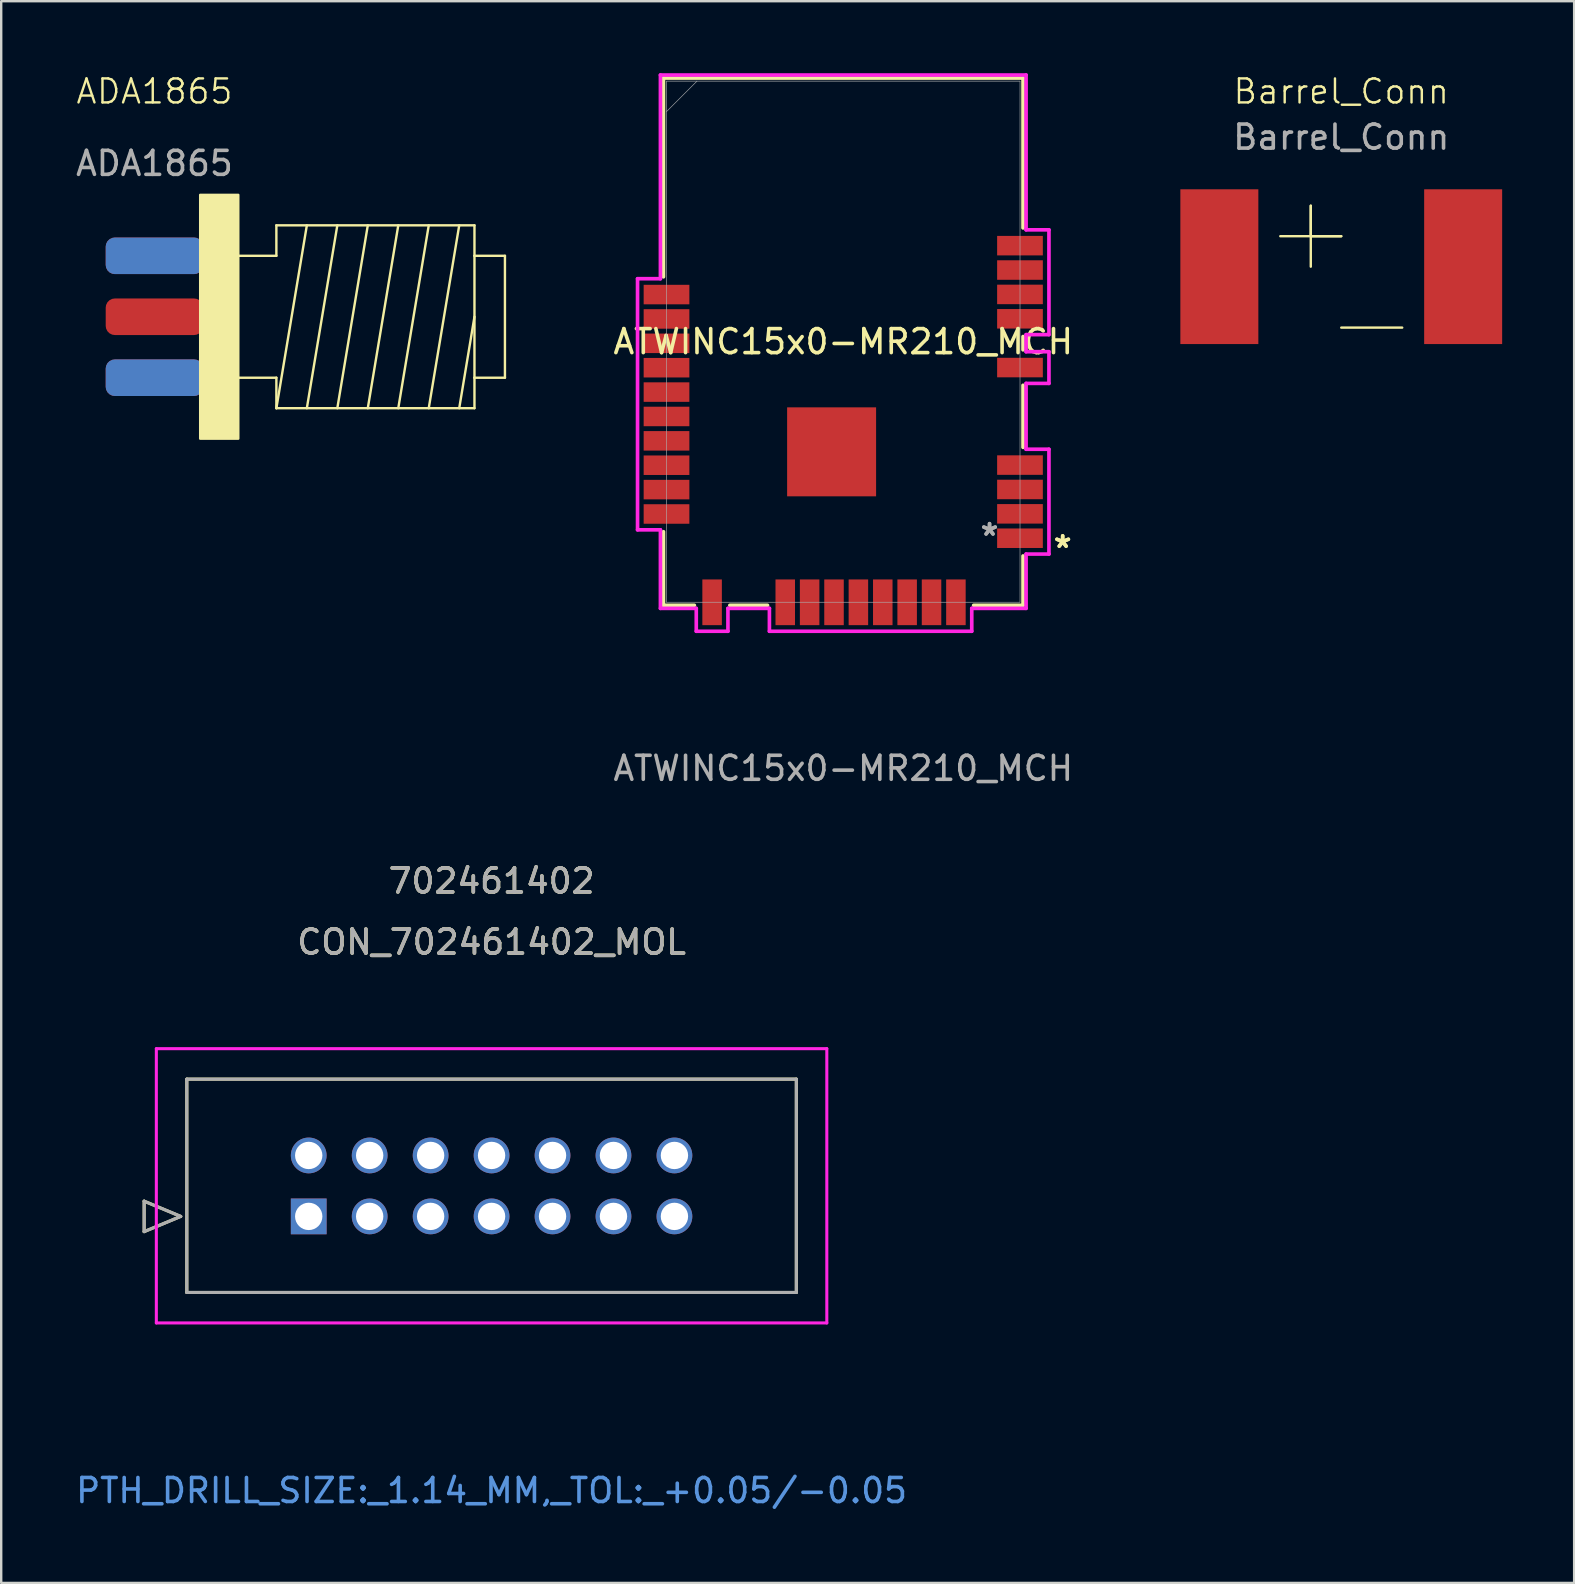
<source format=kicad_pcb>
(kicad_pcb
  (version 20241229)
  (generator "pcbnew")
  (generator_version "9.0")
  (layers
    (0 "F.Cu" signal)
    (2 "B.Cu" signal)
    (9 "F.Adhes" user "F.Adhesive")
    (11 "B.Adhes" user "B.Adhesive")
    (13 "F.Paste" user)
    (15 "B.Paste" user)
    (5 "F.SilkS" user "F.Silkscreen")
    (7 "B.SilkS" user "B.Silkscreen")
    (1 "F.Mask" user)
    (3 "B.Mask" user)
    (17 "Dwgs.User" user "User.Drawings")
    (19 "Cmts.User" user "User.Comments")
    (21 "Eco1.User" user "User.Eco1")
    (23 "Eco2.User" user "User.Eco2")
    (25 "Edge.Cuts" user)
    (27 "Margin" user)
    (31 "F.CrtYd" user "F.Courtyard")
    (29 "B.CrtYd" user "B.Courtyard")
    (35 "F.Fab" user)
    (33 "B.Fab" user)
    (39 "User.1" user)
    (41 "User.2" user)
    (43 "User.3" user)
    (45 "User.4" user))
  (footprint "Barrel_Conn"
    (layer "F.Cu")
    (at 52.843 11.238)
    (property "Reference" "Barrel_Conn" (at 0 -10.477 0) (unlocked yes) (layer "F.SilkS") (effects (font (size 1 1) (thickness 0.1))))
    (attr smd)
    (fp_line (start -2.54 -4.445) (end 0 -4.445) (stroke (width 0.1) (type default)) (layer "F.SilkS"))
    (fp_line (start -1.27 -5.715) (end -1.27 -3.175) (stroke (width 0.1) (type default)) (layer "F.SilkS"))
    (fp_line (start -1.27 -4.445) (end -1.27 -5.715) (stroke (width 0.1) (type default)) (layer "F.SilkS"))
    (fp_line (start 0 -4.445) (end -1.27 -4.445) (stroke (width 0.1) (type default)) (layer "F.SilkS"))
    (fp_line (start 0 -0.635) (end 2.54 -0.635) (stroke (width 0.1) (type default)) (layer "F.SilkS"))
    (fp_text user "${REFERENCE}" (at 0 -8.572 0) (unlocked yes) (layer "F.Fab") (effects (font (size 1 1) (thickness 0.15))))
    (pad "1" smd rect (at -5.08 -3.175 270) (size 6.45 3.25) (layers "F.Cu" "F.Mask" "F.Paste"))
    (pad "2" smd rect (at 5.08 -3.175 270) (size 6.45 3.25) (layers "F.Cu" "F.Mask" "F.Paste")))
  (footprint "ATWINC15x0-MR210_MCH"
    (layer "F.Cu")
    (at 32.09 11.189)
    (property "Reference" "ATWINC15x0-MR210_MCH" (at 0 0 0) (unlocked yes) (layer "F.SilkS") (effects (font (size 1 1) (thickness 0.15))))
    (attr smd)
    (fp_line (start -7.492 -10.986) (end 7.492 -10.986) (stroke (width 0.152) (type solid)) (layer "F.SilkS"))
    (fp_line (start -7.492 -2.703) (end -7.492 -10.986) (stroke (width 0.152) (type solid)) (layer "F.SilkS"))
    (fp_line (start -7.492 10.986) (end -7.492 7.919) (stroke (width 0.152) (type solid)) (layer "F.SilkS"))
    (fp_line (start -6.204 10.986) (end -7.492 10.986) (stroke (width 0.152) (type solid)) (layer "F.SilkS"))
    (fp_line (start -3.156 10.986) (end -4.726 10.986) (stroke (width 0.152) (type solid)) (layer "F.SilkS"))
    (fp_line (start 7.492 -10.986) (end 7.492 -4.741) (stroke (width 0.152) (type solid)) (layer "F.SilkS"))
    (fp_line (start 7.492 -0.215) (end 7.492 0.339) (stroke (width 0.152) (type solid)) (layer "F.SilkS"))
    (fp_line (start 7.492 1.817) (end 7.492 4.403) (stroke (width 0.152) (type solid)) (layer "F.SilkS"))
    (fp_line (start 7.492 8.929) (end 7.492 10.986) (stroke (width 0.152) (type solid)) (layer "F.SilkS"))
    (fp_line (start 7.492 10.986) (end 5.434 10.986) (stroke (width 0.152) (type solid)) (layer "F.SilkS"))
    (fp_poly (pts (xy -2.239 2.836) (xy -2.239 4.49) (xy -0.585 4.49) (xy -0.585 2.836)) (stroke (width 0) (type solid)) (fill yes) (layer "F.Paste"))
    (fp_poly (pts (xy -2.239 4.69) (xy -2.239 6.344) (xy -0.585 6.344) (xy -0.585 4.69)) (stroke (width 0) (type solid)) (fill yes) (layer "F.Paste"))
    (fp_poly (pts (xy -0.385 2.836) (xy -0.385 4.49) (xy 1.269 4.49) (xy 1.269 2.836)) (stroke (width 0) (type solid)) (fill yes) (layer "F.Paste"))
    (fp_poly (pts (xy -0.385 4.69) (xy -0.385 6.344) (xy 1.269 6.344) (xy 1.269 4.69)) (stroke (width 0) (type solid)) (fill yes) (layer "F.Paste"))
    (fp_poly (pts (xy -10.998 -10.858) (xy 10.998 -10.858) (xy 10.998 -5.855) (xy -10.998 -5.855)) (stroke (width 0.1) (type solid)) (fill no) (layer "Eco2.User"))
    (fp_line (start -8.572 -2.624) (end -8.572 7.84) (stroke (width 0.152) (type solid)) (layer "F.CrtYd"))
    (fp_line (start -8.572 7.84) (end -7.619 7.84) (stroke (width 0.152) (type solid)) (layer "F.CrtYd"))
    (fp_line (start -7.619 -11.113) (end -7.619 -2.624) (stroke (width 0.152) (type solid)) (layer "F.CrtYd"))
    (fp_line (start -7.619 -2.624) (end -8.572 -2.624) (stroke (width 0.152) (type solid)) (layer "F.CrtYd"))
    (fp_line (start -7.619 7.84) (end -7.619 11.113) (stroke (width 0.152) (type solid)) (layer "F.CrtYd"))
    (fp_line (start -7.619 11.113) (end -6.125 11.113) (stroke (width 0.152) (type solid)) (layer "F.CrtYd"))
    (fp_line (start -6.125 11.113) (end -6.125 12.067) (stroke (width 0.152) (type solid)) (layer "F.CrtYd"))
    (fp_line (start -6.125 12.067) (end -4.805 12.067) (stroke (width 0.152) (type solid)) (layer "F.CrtYd"))
    (fp_line (start -4.805 11.113) (end -3.077 11.113) (stroke (width 0.152) (type solid)) (layer "F.CrtYd"))
    (fp_line (start -4.805 12.067) (end -4.805 11.113) (stroke (width 0.152) (type solid)) (layer "F.CrtYd"))
    (fp_line (start -3.077 11.113) (end -3.077 12.067) (stroke (width 0.152) (type solid)) (layer "F.CrtYd"))
    (fp_line (start -3.077 12.067) (end 5.355 12.067) (stroke (width 0.152) (type solid)) (layer "F.CrtYd"))
    (fp_line (start 5.355 11.113) (end 7.619 11.113) (stroke (width 0.152) (type solid)) (layer "F.CrtYd"))
    (fp_line (start 5.355 12.067) (end 5.355 11.113) (stroke (width 0.152) (type solid)) (layer "F.CrtYd"))
    (fp_line (start 7.619 -11.113) (end -7.619 -11.113) (stroke (width 0.152) (type solid)) (layer "F.CrtYd"))
    (fp_line (start 7.619 -4.662) (end 7.619 -11.113) (stroke (width 0.152) (type solid)) (layer "F.CrtYd"))
    (fp_line (start 7.619 -0.294) (end 8.572 -0.294) (stroke (width 0.152) (type solid)) (layer "F.CrtYd"))
    (fp_line (start 7.619 0.418) (end 7.619 -0.294) (stroke (width 0.152) (type solid)) (layer "F.CrtYd"))
    (fp_line (start 7.619 1.738) (end 8.572 1.738) (stroke (width 0.152) (type solid)) (layer "F.CrtYd"))
    (fp_line (start 7.619 4.482) (end 7.619 1.738) (stroke (width 0.152) (type solid)) (layer "F.CrtYd"))
    (fp_line (start 7.619 8.85) (end 8.572 8.85) (stroke (width 0.152) (type solid)) (layer "F.CrtYd"))
    (fp_line (start 7.619 11.113) (end 7.619 8.85) (stroke (width 0.152) (type solid)) (layer "F.CrtYd"))
    (fp_line (start 8.572 -4.662) (end 7.619 -4.662) (stroke (width 0.152) (type solid)) (layer "F.CrtYd"))
    (fp_line (start 8.572 -0.294) (end 8.572 -4.662) (stroke (width 0.152) (type solid)) (layer "F.CrtYd"))
    (fp_line (start 8.572 0.418) (end 7.619 0.418) (stroke (width 0.152) (type solid)) (layer "F.CrtYd"))
    (fp_line (start 8.572 1.738) (end 8.572 0.418) (stroke (width 0.152) (type solid)) (layer "F.CrtYd"))
    (fp_line (start 8.572 4.482) (end 7.619 4.482) (stroke (width 0.152) (type solid)) (layer "F.CrtYd"))
    (fp_line (start 8.572 8.85) (end 8.572 4.482) (stroke (width 0.152) (type solid)) (layer "F.CrtYd"))
    (fp_line (start -7.366 -10.858) (end -7.366 10.858) (stroke (width 0.025) (type solid)) (layer "F.Fab"))
    (fp_line (start -7.366 -9.588) (end -6.096 -10.858) (stroke (width 0.025) (type solid)) (layer "F.Fab"))
    (fp_line (start -7.366 10.858) (end 7.366 10.858) (stroke (width 0.025) (type solid)) (layer "F.Fab"))
    (fp_line (start 7.366 -10.858) (end -7.366 -10.858) (stroke (width 0.025) (type solid)) (layer "F.Fab"))
    (fp_line (start 7.366 10.858) (end 7.366 -10.858) (stroke (width 0.025) (type solid)) (layer "F.Fab"))
    (fp_text user "*" (at 9.144 8.636 0) (unlocked yes) (layer "F.SilkS") (effects (font (size 1 1) (thickness 0.15))))
    (fp_text user "*" (at 9.144 8.636 0) (layer "F.SilkS") (effects (font (size 1 1) (thickness 0.15))))
    (fp_text user "*" (at 6.096 8.128 0) (layer "F.Fab") (effects (font (size 1 1) (thickness 0.15))))
    (fp_text user "*" (at 6.096 8.128 0) (unlocked yes) (layer "F.Fab") (effects (font (size 1 1) (thickness 0.15))))
    (fp_text user "${REFERENCE}" (at 0 17.78 0) (unlocked yes) (layer "F.Fab") (effects (font (size 1 1) (thickness 0.15))))
    (pad "1" smd rect (at 7.365 8.19 90) (size 0.813 1.905) (layers "F.Cu" "F.Mask" "F.Paste"))
    (pad "2" smd rect (at 7.365 7.174 90) (size 0.813 1.905) (layers "F.Cu" "F.Mask" "F.Paste"))
    (pad "3" smd rect (at 7.365 6.158 90) (size 0.813 1.905) (layers "F.Cu" "F.Mask" "F.Paste"))
    (pad "4" smd rect (at 7.365 5.142 90) (size 0.813 1.905) (layers "F.Cu" "F.Mask" "F.Paste"))
    (pad "5" smd rect (at 7.365 1.078 90) (size 0.813 1.905) (layers "F.Cu" "F.Mask" "F.Paste"))
    (pad "6" smd rect (at 7.365 -0.954 90) (size 0.813 1.905) (layers "F.Cu" "F.Mask" "F.Paste"))
    (pad "7" smd rect (at 7.365 -1.97 90) (size 0.813 1.905) (layers "F.Cu" "F.Mask" "F.Paste"))
    (pad "8" smd rect (at 7.365 -2.986 90) (size 0.813 1.905) (layers "F.Cu" "F.Mask" "F.Paste"))
    (pad "9" smd rect (at 7.365 -4.002 90) (size 0.813 1.905) (layers "F.Cu" "F.Mask" "F.Paste"))
    (pad "10" smd rect (at -7.365 -1.964 90) (size 0.813 1.905) (layers "F.Cu" "F.Mask" "F.Paste"))
    (pad "11" smd rect (at -7.365 -0.948 90) (size 0.813 1.905) (layers "F.Cu" "F.Mask" "F.Paste"))
    (pad "12" smd rect (at -7.365 0.068 90) (size 0.813 1.905) (layers "F.Cu" "F.Mask" "F.Paste"))
    (pad "13" smd rect (at -7.365 1.084 90) (size 0.813 1.905) (layers "F.Cu" "F.Mask" "F.Paste"))
    (pad "14" smd rect (at -7.365 2.1 90) (size 0.813 1.905) (layers "F.Cu" "F.Mask" "F.Paste"))
    (pad "15" smd rect (at -7.365 3.116 90) (size 0.813 1.905) (layers "F.Cu" "F.Mask" "F.Paste"))
    (pad "16" smd rect (at -7.365 4.132 90) (size 0.813 1.905) (layers "F.Cu" "F.Mask" "F.Paste"))
    (pad "17" smd rect (at -7.365 5.148 90) (size 0.813 1.905) (layers "F.Cu" "F.Mask" "F.Paste"))
    (pad "18" smd rect (at -7.365 6.164 90) (size 0.813 1.905) (layers "F.Cu" "F.Mask" "F.Paste"))
    (pad "19" smd rect (at -7.365 7.18 90) (size 0.813 1.905) (layers "F.Cu" "F.Mask" "F.Paste"))
    (pad "20" smd rect (at -5.465 10.86) (size 0.813 1.905) (layers "F.Cu" "F.Mask" "F.Paste"))
    (pad "21" smd rect (at -2.417 10.86) (size 0.813 1.905) (layers "F.Cu" "F.Mask" "F.Paste"))
    (pad "22" smd rect (at -1.401 10.86) (size 0.813 1.905) (layers "F.Cu" "F.Mask" "F.Paste"))
    (pad "23" smd rect (at -0.385 10.86) (size 0.813 1.905) (layers "F.Cu" "F.Mask" "F.Paste"))
    (pad "24" smd rect (at 0.631 10.86) (size 0.813 1.905) (layers "F.Cu" "F.Mask" "F.Paste"))
    (pad "25" smd rect (at 1.647 10.86) (size 0.813 1.905) (layers "F.Cu" "F.Mask" "F.Paste"))
    (pad "26" smd rect (at 2.663 10.86) (size 0.813 1.905) (layers "F.Cu" "F.Mask" "F.Paste"))
    (pad "27" smd rect (at 3.679 10.86) (size 0.813 1.905) (layers "F.Cu" "F.Mask" "F.Paste"))
    (pad "28" smd rect (at 4.695 10.86) (size 0.813 1.905) (layers "F.Cu" "F.Mask" "F.Paste"))
    (pad "29" smd rect (at -0.485 4.59) (size 3.708 3.708) (layers "F.Cu" "F.Mask" "F.Paste")))
  (footprint "ADA1865"
    (layer "F.Cu")
    (at 3.387 1.26)
    (property "Reference" "ADA1865" (at 0 -0.5 0) (unlocked yes) (layer "F.SilkS") (effects (font (size 1 1) (thickness 0.1))))
    (attr smd)
    (fp_line (start 3.493 6.35) (end 5.08 6.35) (stroke (width 0.1) (type solid)) (layer "F.SilkS"))
    (fp_line (start 3.493 11.43) (end 5.08 11.43) (stroke (width 0.1) (type solid)) (layer "F.SilkS"))
    (fp_line (start 5.08 5.08) (end 13.335 5.08) (stroke (width 0.1) (type solid)) (layer "F.SilkS"))
    (fp_line (start 5.08 6.35) (end 5.08 5.08) (stroke (width 0.1) (type solid)) (layer "F.SilkS"))
    (fp_line (start 5.08 11.43) (end 5.08 12.7) (stroke (width 0.1) (type solid)) (layer "F.SilkS"))
    (fp_line (start 5.08 12.7) (end 13.335 12.7) (stroke (width 0.1) (type solid)) (layer "F.SilkS"))
    (fp_line (start 6.35 5.08) (end 5.08 12.7) (stroke (width 0.1) (type solid)) (layer "F.SilkS"))
    (fp_line (start 7.62 5.08) (end 6.35 12.7) (stroke (width 0.1) (type solid)) (layer "F.SilkS"))
    (fp_line (start 8.89 5.08) (end 7.62 12.7) (stroke (width 0.1) (type solid)) (layer "F.SilkS"))
    (fp_line (start 10.16 5.08) (end 8.89 12.7) (stroke (width 0.1) (type solid)) (layer "F.SilkS"))
    (fp_line (start 11.43 5.08) (end 10.16 12.7) (stroke (width 0.1) (type solid)) (layer "F.SilkS"))
    (fp_line (start 12.7 5.08) (end 11.43 12.7) (stroke (width 0.1) (type solid)) (layer "F.SilkS"))
    (fp_line (start 12.7 12.7) (end 13.335 8.89) (stroke (width 0.1) (type solid)) (layer "F.SilkS"))
    (fp_line (start 13.335 5.08) (end 13.335 6.35) (stroke (width 0.1) (type solid)) (layer "F.SilkS"))
    (fp_line (start 13.335 6.35) (end 13.335 11.43) (stroke (width 0.1) (type solid)) (layer "F.SilkS"))
    (fp_line (start 13.335 6.35) (end 14.605 6.35) (stroke (width 0.1) (type solid)) (layer "F.SilkS"))
    (fp_line (start 13.335 11.43) (end 14.605 11.43) (stroke (width 0.1) (type solid)) (layer "F.SilkS"))
    (fp_line (start 13.335 12.7) (end 13.335 11.43) (stroke (width 0.1) (type solid)) (layer "F.SilkS"))
    (fp_line (start 14.605 11.43) (end 14.605 6.35) (stroke (width 0.1) (type solid)) (layer "F.SilkS"))
    (fp_rect (start 1.905 3.81) (end 3.493 13.97) (stroke (width 0.1) (type solid)) (fill yes) (layer "F.SilkS"))
    (fp_text user "${REFERENCE}" (at 0 2.5 0) (unlocked yes) (layer "F.Fab") (effects (font (size 1 1) (thickness 0.15))))
    (pad "1" smd roundrect (at 0 6.35) (size 4.064 1.524) (layers "F.Cu" "F.Mask" "F.Paste") (roundrect_rratio 0.25))
    (pad "2" smd roundrect (at 0 8.89) (size 4.064 1.524) (layers "F.Cu" "F.Mask" "F.Paste") (roundrect_rratio 0.25))
    (pad "3" smd roundrect (at 0 11.43) (size 4.064 1.524) (layers "F.Cu" "F.Mask" "F.Paste") (roundrect_rratio 0.25))
    (pad "4" smd roundrect (at 0 6.35) (size 4.064 1.524) (layers "F.Mask" "B.Cu" "F.Paste") (roundrect_rratio 0.25))
    (pad "5" smd roundrect (at 0 11.43) (size 4.064 1.524) (layers "F.Mask" "B.Cu" "F.Paste") (roundrect_rratio 0.25)))
  (footprint "CON_702461402_MOL"
    (layer "F.Cu")
    (at 9.815 47.64)
    (property "Reference" "CON_702461402_MOL" (at 7.62 -11.43 0) (unlocked yes) (layer "F.SilkS") (effects (font (size 1 1) (thickness 0.15))))
    (attr through_hole)
    (fp_line (start -6.858 -0.635) (end -6.858 0.635) (stroke (width 0.127) (type solid)) (layer "F.SilkS"))
    (fp_line (start -6.858 0.635) (end -5.334 0) (stroke (width 0.127) (type solid)) (layer "F.SilkS"))
    (fp_line (start -5.334 0) (end -6.858 -0.635) (stroke (width 0.127) (type solid)) (layer "F.SilkS"))
    (fp_line (start -5.08 -5.72) (end -5.08 3.17) (stroke (width 0.127) (type solid)) (layer "F.SilkS"))
    (fp_line (start -5.08 3.17) (end 20.32 3.17) (stroke (width 0.127) (type solid)) (layer "F.SilkS"))
    (fp_line (start 20.32 -5.72) (end -5.08 -5.72) (stroke (width 0.127) (type solid)) (layer "F.SilkS"))
    (fp_line (start 20.32 3.17) (end 20.32 -5.72) (stroke (width 0.127) (type solid)) (layer "F.SilkS"))
    (fp_line (start -6.35 -6.99) (end -6.35 4.44) (stroke (width 0.127) (type solid)) (layer "F.CrtYd"))
    (fp_line (start -6.35 4.44) (end 21.59 4.44) (stroke (width 0.127) (type solid)) (layer "F.CrtYd"))
    (fp_line (start 21.59 -6.99) (end -6.35 -6.99) (stroke (width 0.127) (type solid)) (layer "F.CrtYd"))
    (fp_line (start 21.59 4.44) (end 21.59 -6.99) (stroke (width 0.127) (type solid)) (layer "F.CrtYd"))
    (fp_line (start -6.858 -0.635) (end -6.858 0.635) (stroke (width 0.127) (type solid)) (layer "F.Fab"))
    (fp_line (start -6.858 0.635) (end -5.334 0) (stroke (width 0.127) (type solid)) (layer "F.Fab"))
    (fp_line (start -5.334 0) (end -6.858 -0.635) (stroke (width 0.127) (type solid)) (layer "F.Fab"))
    (fp_line (start -5.08 -5.72) (end -5.08 3.17) (stroke (width 0.127) (type solid)) (layer "F.Fab"))
    (fp_line (start -5.08 3.17) (end 20.32 3.17) (stroke (width 0.127) (type solid)) (layer "F.Fab"))
    (fp_line (start 20.32 -5.72) (end -5.08 -5.72) (stroke (width 0.127) (type solid)) (layer "F.Fab"))
    (fp_line (start 20.32 3.17) (end 20.32 -5.72) (stroke (width 0.127) (type solid)) (layer "F.Fab"))
    (fp_text user "702461402" (at 7.62 -13.975 0) (unlocked yes) (layer "F.SilkS") (effects (font (size 1 1) (thickness 0.15))))
    (fp_text user "PTH_DRILL_SIZE:_1.14_MM,_TOL:_+0.05/-0.05" (at 7.62 11.425 0) (unlocked yes) (layer "Cmts.User") (effects (font (size 1 1) (thickness 0.15))))
    (fp_text user "${REFERENCE}" (at 7.62 -11.43 0) (unlocked yes) (layer "F.Fab") (effects (font (size 1 1) (thickness 0.15))))
    (fp_text user "702461402" (at 7.62 -13.975 0) (unlocked yes) (layer "F.Fab") (effects (font (size 1 1) (thickness 0.15))))
    (pad "1" thru_hole rect (at 0 0) (size 1.49 1.49) (drill 1.14) (layers "*.Cu" "*.Mask"))
    (pad "2" thru_hole circle (at 0 -2.54) (size 1.49 1.49) (drill 1.14) (layers "*.Cu" "*.Mask"))
    (pad "3" thru_hole circle (at 2.54 0 90) (size 1.49 1.49) (drill 1.14) (layers "*.Cu" "*.Mask"))
    (pad "4" thru_hole circle (at 2.54 -2.54 90) (size 1.49 1.49) (drill 1.14) (layers "*.Cu" "*.Mask"))
    (pad "5" thru_hole circle (at 5.08 0 90) (size 1.49 1.49) (drill 1.14) (layers "*.Cu" "*.Mask"))
    (pad "6" thru_hole circle (at 5.08 -2.54 90) (size 1.49 1.49) (drill 1.14) (layers "*.Cu" "*.Mask"))
    (pad "7" thru_hole circle (at 7.62 0 90) (size 1.49 1.49) (drill 1.14) (layers "*.Cu" "*.Mask"))
    (pad "8" thru_hole circle (at 7.62 -2.54 90) (size 1.49 1.49) (drill 1.14) (layers "*.Cu" "*.Mask"))
    (pad "9" thru_hole circle (at 10.16 0 90) (size 1.49 1.49) (drill 1.14) (layers "*.Cu" "*.Mask"))
    (pad "10" thru_hole circle (at 10.16 -2.54 90) (size 1.49 1.49) (drill 1.14) (layers "*.Cu" "*.Mask"))
    (pad "11" thru_hole circle (at 12.7 0 90) (size 1.49 1.49) (drill 1.14) (layers "*.Cu" "*.Mask"))
    (pad "12" thru_hole circle (at 12.7 -2.54 90) (size 1.49 1.49) (drill 1.14) (layers "*.Cu" "*.Mask"))
    (pad "13" thru_hole circle (at 15.24 0 90) (size 1.49 1.49) (drill 1.14) (layers "*.Cu" "*.Mask"))
    (pad "14" thru_hole circle (at 15.24 -2.54 90) (size 1.49 1.49) (drill 1.14) (layers "*.Cu" "*.Mask")))
  (gr_rect
    (start -3 -3)
    (end 62.548 62.913)
    (stroke (width 0.1) (type default))
    (fill no)
    (layer "Edge.Cuts")))
</source>
